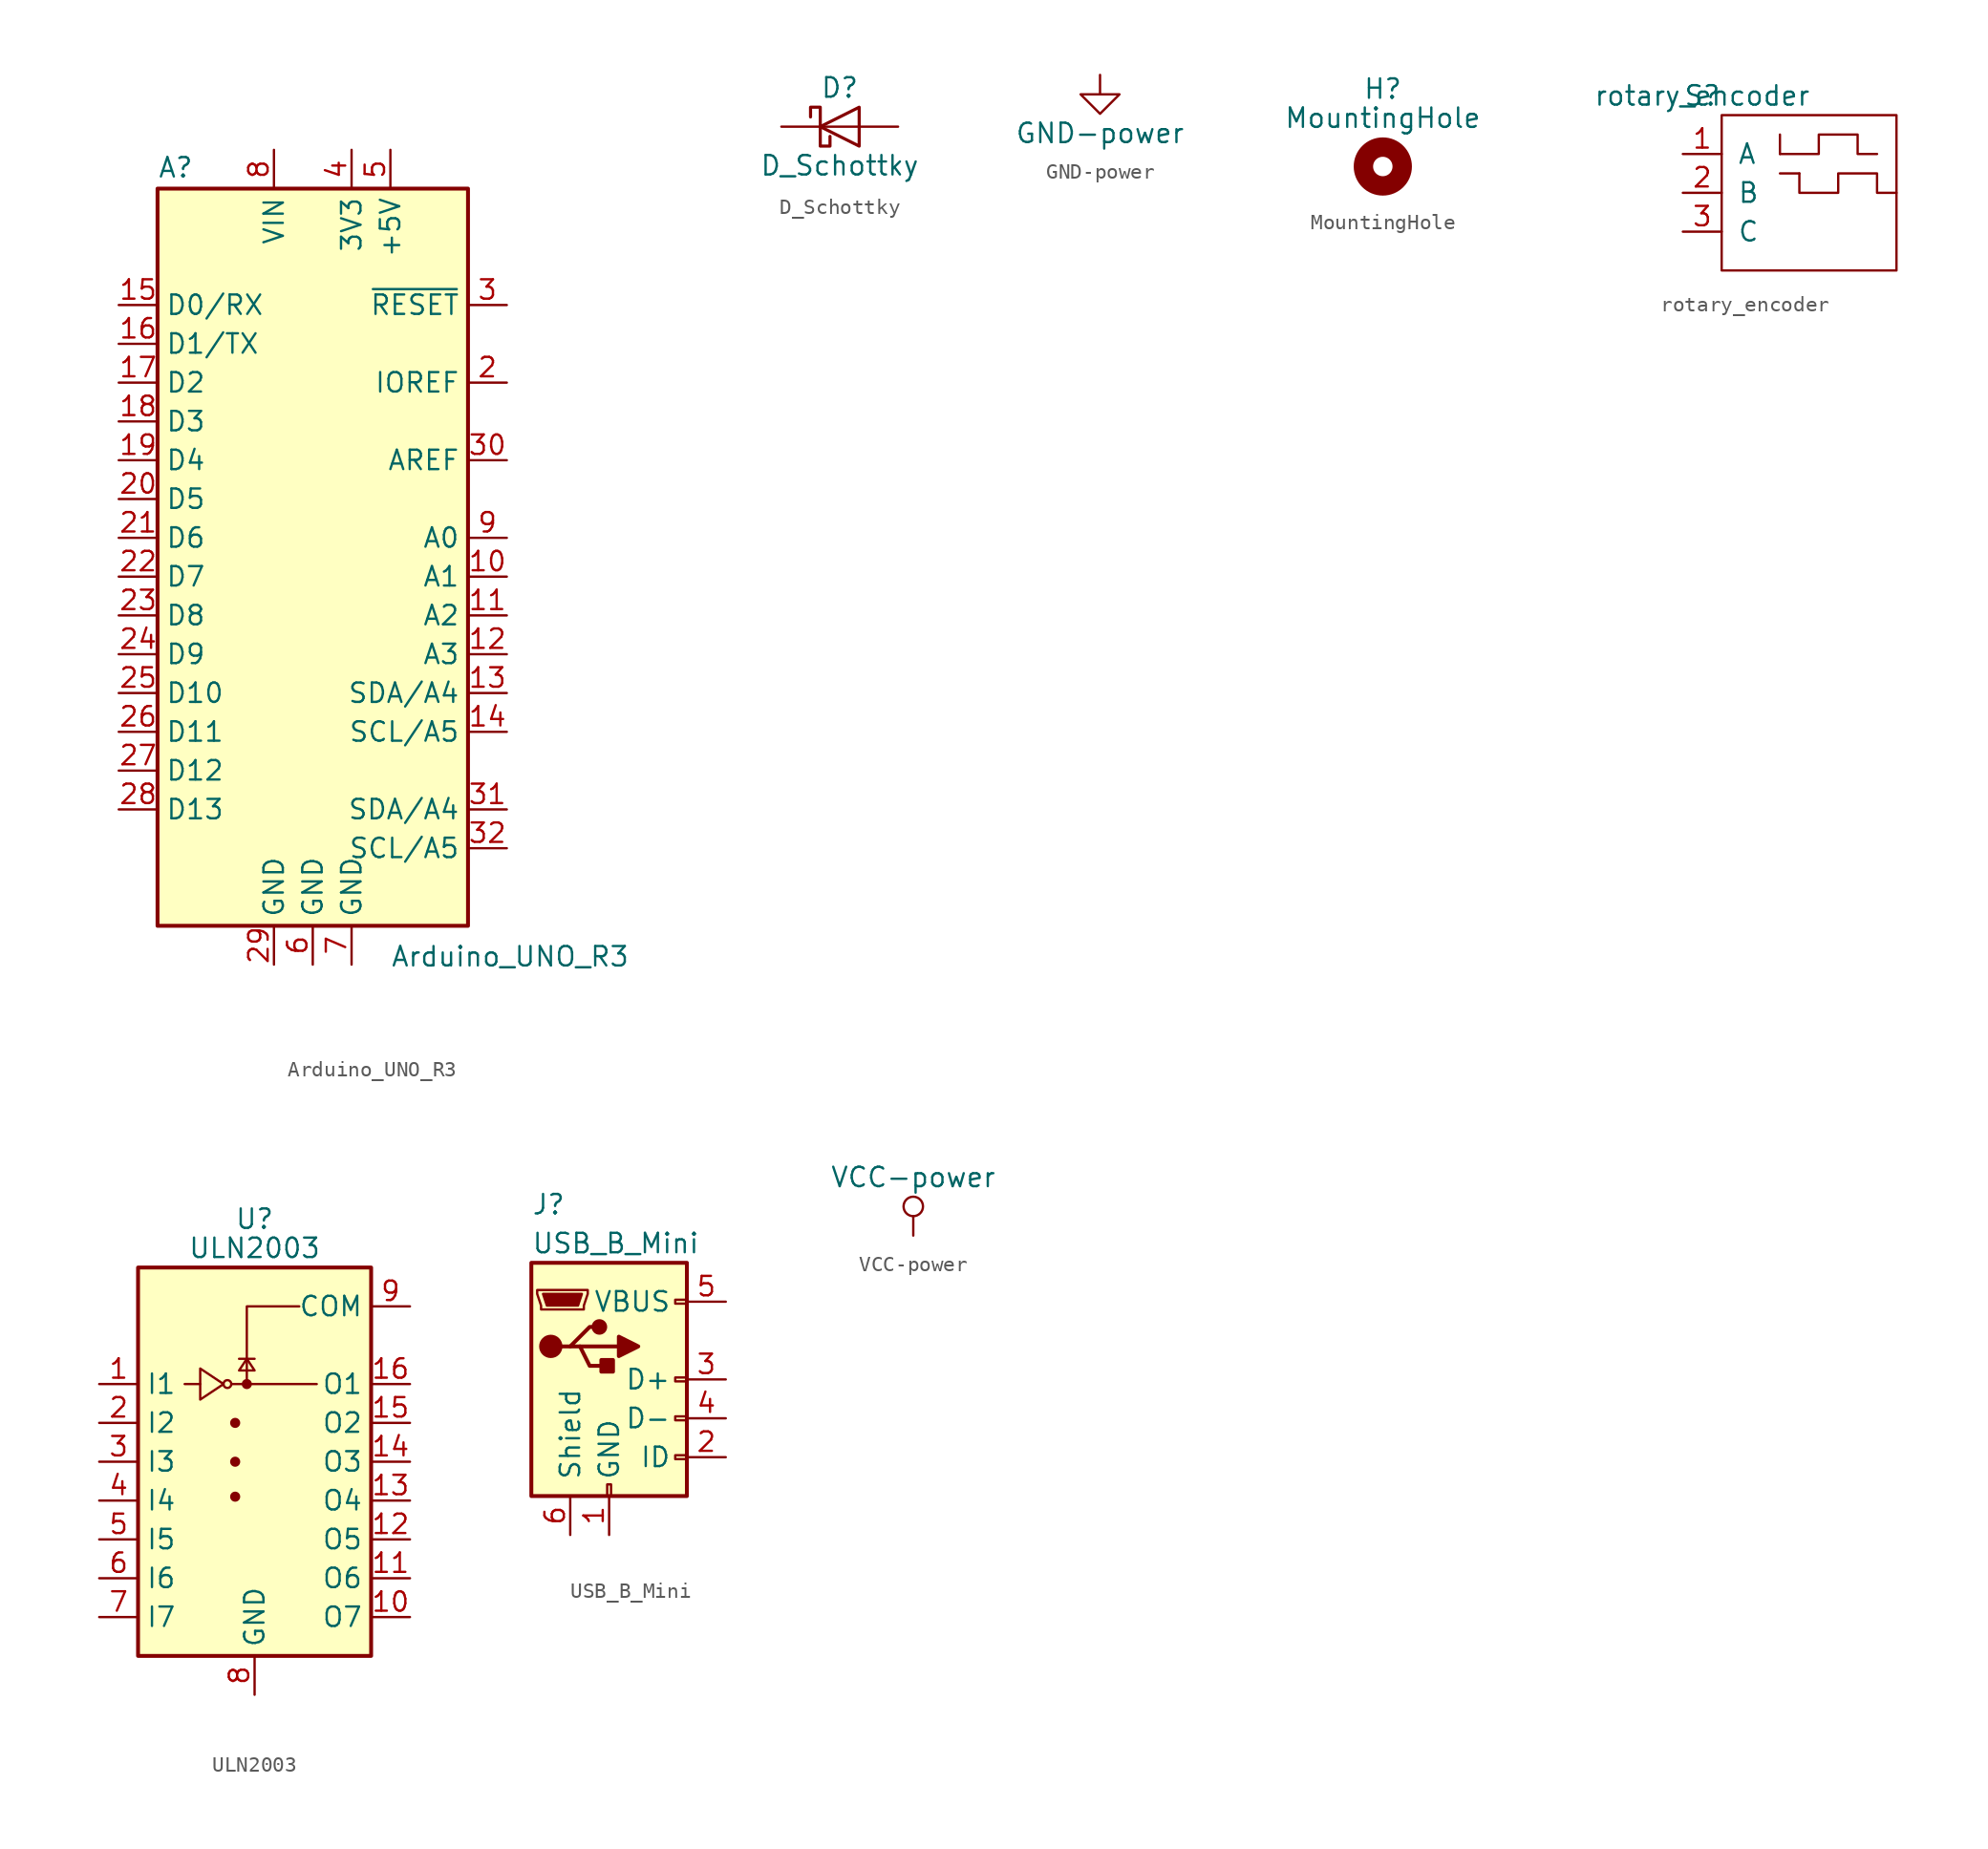
<source format=kicad_sym>
(kicad_symbol_lib
  (version 20211014)
  (generator kicad_symbol_editor)
  (symbol "Arduino_UNO_R3"
    (property "Reference" "A"
      (at -10.16 23.495 0)
      (effects (font (size 1.27 1.27)) (justify left bottom)))
    (property "Value" "Arduino_UNO_R3"
      (at 5.08 -26.67 0)
      (effects (font (size 1.27 1.27)) (justify left top)))
    (symbol "Arduino_UNO_R3_0_1"
      (rectangle (start -10.16 22.86) (end 10.16 -25.4) (stroke (width 0.254) (type default) (color 0 0 0 0)) (fill (type background))))
    (symbol "Arduino_UNO_R3_1_1"
      (pin no_connect line (at -10.16 -20.32 0) (length 2.54) hide (name "NC" (effects (font (size 1.27 1.27)))) (number "1" (effects (font (size 1.27 1.27)))))
      (pin bidirectional line (at 12.7 -2.54 180) (length 2.54) (name "A1" (effects (font (size 1.27 1.27)))) (number "10" (effects (font (size 1.27 1.27)))))
      (pin bidirectional line (at 12.7 -5.08 180) (length 2.54) (name "A2" (effects (font (size 1.27 1.27)))) (number "11" (effects (font (size 1.27 1.27)))))
      (pin bidirectional line (at 12.7 -7.62 180) (length 2.54) (name "A3" (effects (font (size 1.27 1.27)))) (number "12" (effects (font (size 1.27 1.27)))))
      (pin bidirectional line (at 12.7 -10.16 180) (length 2.54) (name "SDA/A4" (effects (font (size 1.27 1.27)))) (number "13" (effects (font (size 1.27 1.27)))))
      (pin bidirectional line (at 12.7 -12.7 180) (length 2.54) (name "SCL/A5" (effects (font (size 1.27 1.27)))) (number "14" (effects (font (size 1.27 1.27)))))
      (pin bidirectional line (at -12.7 15.24 0) (length 2.54) (name "D0/RX" (effects (font (size 1.27 1.27)))) (number "15" (effects (font (size 1.27 1.27)))))
      (pin bidirectional line (at -12.7 12.7 0) (length 2.54) (name "D1/TX" (effects (font (size 1.27 1.27)))) (number "16" (effects (font (size 1.27 1.27)))))
      (pin bidirectional line (at -12.7 10.16 0) (length 2.54) (name "D2" (effects (font (size 1.27 1.27)))) (number "17" (effects (font (size 1.27 1.27)))))
      (pin bidirectional line (at -12.7 7.62 0) (length 2.54) (name "D3" (effects (font (size 1.27 1.27)))) (number "18" (effects (font (size 1.27 1.27)))))
      (pin bidirectional line (at -12.7 5.08 0) (length 2.54) (name "D4" (effects (font (size 1.27 1.27)))) (number "19" (effects (font (size 1.27 1.27)))))
      (pin output line (at 12.7 10.16 180) (length 2.54) (name "IOREF" (effects (font (size 1.27 1.27)))) (number "2" (effects (font (size 1.27 1.27)))))
      (pin bidirectional line (at -12.7 2.54 0) (length 2.54) (name "D5" (effects (font (size 1.27 1.27)))) (number "20" (effects (font (size 1.27 1.27)))))
      (pin bidirectional line (at -12.7 0 0) (length 2.54) (name "D6" (effects (font (size 1.27 1.27)))) (number "21" (effects (font (size 1.27 1.27)))))
      (pin bidirectional line (at -12.7 -2.54 0) (length 2.54) (name "D7" (effects (font (size 1.27 1.27)))) (number "22" (effects (font (size 1.27 1.27)))))
      (pin bidirectional line (at -12.7 -5.08 0) (length 2.54) (name "D8" (effects (font (size 1.27 1.27)))) (number "23" (effects (font (size 1.27 1.27)))))
      (pin bidirectional line (at -12.7 -7.62 0) (length 2.54) (name "D9" (effects (font (size 1.27 1.27)))) (number "24" (effects (font (size 1.27 1.27)))))
      (pin bidirectional line (at -12.7 -10.16 0) (length 2.54) (name "D10" (effects (font (size 1.27 1.27)))) (number "25" (effects (font (size 1.27 1.27)))))
      (pin bidirectional line (at -12.7 -12.7 0) (length 2.54) (name "D11" (effects (font (size 1.27 1.27)))) (number "26" (effects (font (size 1.27 1.27)))))
      (pin bidirectional line (at -12.7 -15.24 0) (length 2.54) (name "D12" (effects (font (size 1.27 1.27)))) (number "27" (effects (font (size 1.27 1.27)))))
      (pin bidirectional line (at -12.7 -17.78 0) (length 2.54) (name "D13" (effects (font (size 1.27 1.27)))) (number "28" (effects (font (size 1.27 1.27)))))
      (pin power_in line (at -2.54 -27.94 90) (length 2.54) (name "GND" (effects (font (size 1.27 1.27)))) (number "29" (effects (font (size 1.27 1.27)))))
      (pin input line (at 12.7 15.24 180) (length 2.54) (name "~{RESET}" (effects (font (size 1.27 1.27)))) (number "3" (effects (font (size 1.27 1.27)))))
      (pin input line (at 12.7 5.08 180) (length 2.54) (name "AREF" (effects (font (size 1.27 1.27)))) (number "30" (effects (font (size 1.27 1.27)))))
      (pin bidirectional line (at 12.7 -17.78 180) (length 2.54) (name "SDA/A4" (effects (font (size 1.27 1.27)))) (number "31" (effects (font (size 1.27 1.27)))))
      (pin bidirectional line (at 12.7 -20.32 180) (length 2.54) (name "SCL/A5" (effects (font (size 1.27 1.27)))) (number "32" (effects (font (size 1.27 1.27)))))
      (pin power_out line (at 2.54 25.4 270) (length 2.54) (name "3V3" (effects (font (size 1.27 1.27)))) (number "4" (effects (font (size 1.27 1.27)))))
      (pin power_out line (at 5.08 25.4 270) (length 2.54) (name "+5V" (effects (font (size 1.27 1.27)))) (number "5" (effects (font (size 1.27 1.27)))))
      (pin power_in line (at 0 -27.94 90) (length 2.54) (name "GND" (effects (font (size 1.27 1.27)))) (number "6" (effects (font (size 1.27 1.27)))))
      (pin power_in line (at 2.54 -27.94 90) (length 2.54) (name "GND" (effects (font (size 1.27 1.27)))) (number "7" (effects (font (size 1.27 1.27)))))
      (pin power_in line (at -2.54 25.4 270) (length 2.54) (name "VIN" (effects (font (size 1.27 1.27)))) (number "8" (effects (font (size 1.27 1.27)))))
      (pin bidirectional line (at 12.7 0 180) (length 2.54) (name "A0" (effects (font (size 1.27 1.27)))) (number "9" (effects (font (size 1.27 1.27)))))))
  (symbol "D_Schottky"
    (pin_numbers hide)
    (pin_names
      (offset 1.016) hide)
    (property "Reference" "D"
      (at 0 2.54 0)
      (effects (font (size 1.27 1.27))))
    (property "Value" "D_Schottky"
      (at 0 -2.54 0)
      (effects (font (size 1.27 1.27))))
    (symbol "D_Schottky_0_1"
      (polyline (pts (xy 1.27 0) (xy -1.27 0)) (stroke (width 0) (type default) (color 0 0 0 0)) (fill (type none)))
      (polyline (pts (xy 1.27 1.27) (xy 1.27 -1.27) (xy -1.27 0) (xy 1.27 1.27)) (stroke (width 0.203) (type default) (color 0 0 0 0)) (fill (type none)))
      (polyline (pts (xy -1.905 0.635) (xy -1.905 1.27) (xy -1.27 1.27) (xy -1.27 -1.27) (xy -0.635 -1.27) (xy -0.635 -0.635)) (stroke (width 0.203) (type default) (color 0 0 0 0)) (fill (type none))))
    (symbol "D_Schottky_1_1"
      (pin passive line (at -3.81 0 0) (length 2.54) (name "K" (effects (font (size 1.27 1.27)))) (number "1" (effects (font (size 1.27 1.27)))))
      (pin passive line (at 3.81 0 180) (length 2.54) (name "A" (effects (font (size 1.27 1.27)))) (number "2" (effects (font (size 1.27 1.27)))))))
  (symbol "GND-power"
    (power)
    (pin_names
      (offset 0))
    (property "Reference" "#PWR"
      (at 0 -6.35 0)
      (effects (font (size 1.27 1.27)) hide))
    (property "Value" "GND-power"
      (at 0 -3.81 0)
      (effects (font (size 1.27 1.27))))
    (symbol "GND-power_0_1"
      (polyline (pts (xy 0 0) (xy 0 -1.27) (xy 1.27 -1.27) (xy 0 -2.54) (xy -1.27 -1.27) (xy 0 -1.27)) (stroke (width 0) (type default) (color 0 0 0 0)) (fill (type none))))
    (symbol "GND-power_1_1"
      (pin power_in line (at 0 0 270) (length 0) hide (name "GND" (effects (font (size 1.27 1.27)))) (number "1" (effects (font (size 1.27 1.27)))))))
  (symbol "MountingHole"
    (pin_names
      (offset 1.016))
    (property "Reference" "H"
      (at 0 5.08 0)
      (effects (font (size 1.27 1.27))))
    (property "Value" "MountingHole"
      (at 0 3.175 0)
      (effects (font (size 1.27 1.27))))
    (symbol "MountingHole_0_1"
      (circle (center 0 0) (radius 1.27) (stroke (width 1.27) (type default) (color 0 0 0 0)) (fill (type none)))))
  (symbol "rotary_encoder"
    (pin_names
      (offset 1.016))
    (property "Reference" "S"
      (at 0 0 0)
      (effects (font (size 1.27 1.27))))
    (property "Value" "rotary_encoder"
      (at 0 0 0)
      (effects (font (size 1.27 1.27))))
    (symbol "rotary_encoder_0_1"
      (polyline (pts (xy 5.08 -3.81) (xy 5.08 -2.54)) (stroke (width 0) (type default) (color 0 0 0 0)) (fill (type none)))
      (polyline (pts (xy 6.35 -5.08) (xy 5.08 -5.08)) (stroke (width 0) (type default) (color 0 0 0 0)) (fill (type none)))
      (polyline (pts (xy 5.08 -3.81) (xy 7.62 -3.81) (xy 7.62 -2.54) (xy 10.16 -2.54) (xy 10.16 -3.81) (xy 11.43 -3.81)) (stroke (width 0) (type default) (color 0 0 0 0)) (fill (type none)))
      (polyline (pts (xy 6.35 -5.08) (xy 6.35 -6.35) (xy 8.89 -6.35) (xy 8.89 -5.08) (xy 11.43 -5.08) (xy 11.43 -6.35) (xy 12.7 -6.35)) (stroke (width 0) (type default) (color 0 0 0 0)) (fill (type none)))
      (rectangle (start 1.27 -1.27) (end 12.7 -11.43) (stroke (width 0) (type default) (color 0 0 0 0)) (fill (type none))))
    (symbol "rotary_encoder_1_1"
      (pin input line (at -1.27 -3.81 0) (length 2.54) (name "A" (effects (font (size 1.27 1.27)))) (number "1" (effects (font (size 1.27 1.27)))))
      (pin input line (at -1.27 -6.35 0) (length 2.54) (name "B" (effects (font (size 1.27 1.27)))) (number "2" (effects (font (size 1.27 1.27)))))
      (pin input line (at -1.27 -8.89 0) (length 2.54) (name "C" (effects (font (size 1.27 1.27)))) (number "3" (effects (font (size 1.27 1.27)))))))
  (symbol "ULN2003"
    (property "Reference" "U"
      (at 0 15.875 0)
      (effects (font (size 1.27 1.27))))
    (property "Value" "ULN2003"
      (at 0 13.97 0)
      (effects (font (size 1.27 1.27))))
    (symbol "ULN2003_0_1"
      (rectangle (start -7.62 -12.7) (end 7.62 12.7) (stroke (width 0.254) (type default) (color 0 0 0 0)) (fill (type background)))
      (circle (center -1.778 5.08) (radius 0.254) (stroke (width 0) (type default) (color 0 0 0 0)) (fill (type none)))
      (circle (center -1.27 -2.286) (radius 0.254) (stroke (width 0) (type default) (color 0 0 0 0)) (fill (type outline)))
      (circle (center -1.27 0) (radius 0.254) (stroke (width 0) (type default) (color 0 0 0 0)) (fill (type outline)))
      (circle (center -1.27 2.54) (radius 0.254) (stroke (width 0) (type default) (color 0 0 0 0)) (fill (type outline)))
      (circle (center -0.508 5.08) (radius 0.254) (stroke (width 0) (type default) (color 0 0 0 0)) (fill (type outline)))
      (polyline (pts (xy -4.572 5.08) (xy -3.556 5.08)) (stroke (width 0) (type default) (color 0 0 0 0)) (fill (type none)))
      (polyline (pts (xy -1.524 5.08) (xy 4.064 5.08)) (stroke (width 0) (type default) (color 0 0 0 0)) (fill (type none)))
      (polyline (pts (xy 0 6.731) (xy -1.016 6.731)) (stroke (width 0) (type default) (color 0 0 0 0)) (fill (type none)))
      (polyline (pts (xy -0.508 5.08) (xy -0.508 10.16) (xy 2.921 10.16)) (stroke (width 0) (type default) (color 0 0 0 0)) (fill (type none)))
      (polyline (pts (xy -3.556 6.096) (xy -3.556 4.064) (xy -2.032 5.08) (xy -3.556 6.096)) (stroke (width 0) (type default) (color 0 0 0 0)) (fill (type none)))
      (polyline (pts (xy 0 5.969) (xy -1.016 5.969) (xy -0.508 6.731) (xy 0 5.969)) (stroke (width 0) (type default) (color 0 0 0 0)) (fill (type none))))
    (symbol "ULN2003_1_1"
      (pin input line (at -10.16 5.08 0) (length 2.54) (name "I1" (effects (font (size 1.27 1.27)))) (number "1" (effects (font (size 1.27 1.27)))))
      (pin open_collector line (at 10.16 -10.16 180) (length 2.54) (name "O7" (effects (font (size 1.27 1.27)))) (number "10" (effects (font (size 1.27 1.27)))))
      (pin open_collector line (at 10.16 -7.62 180) (length 2.54) (name "O6" (effects (font (size 1.27 1.27)))) (number "11" (effects (font (size 1.27 1.27)))))
      (pin open_collector line (at 10.16 -5.08 180) (length 2.54) (name "O5" (effects (font (size 1.27 1.27)))) (number "12" (effects (font (size 1.27 1.27)))))
      (pin open_collector line (at 10.16 -2.54 180) (length 2.54) (name "O4" (effects (font (size 1.27 1.27)))) (number "13" (effects (font (size 1.27 1.27)))))
      (pin open_collector line (at 10.16 0 180) (length 2.54) (name "O3" (effects (font (size 1.27 1.27)))) (number "14" (effects (font (size 1.27 1.27)))))
      (pin open_collector line (at 10.16 2.54 180) (length 2.54) (name "O2" (effects (font (size 1.27 1.27)))) (number "15" (effects (font (size 1.27 1.27)))))
      (pin open_collector line (at 10.16 5.08 180) (length 2.54) (name "O1" (effects (font (size 1.27 1.27)))) (number "16" (effects (font (size 1.27 1.27)))))
      (pin input line (at -10.16 2.54 0) (length 2.54) (name "I2" (effects (font (size 1.27 1.27)))) (number "2" (effects (font (size 1.27 1.27)))))
      (pin input line (at -10.16 0 0) (length 2.54) (name "I3" (effects (font (size 1.27 1.27)))) (number "3" (effects (font (size 1.27 1.27)))))
      (pin input line (at -10.16 -2.54 0) (length 2.54) (name "I4" (effects (font (size 1.27 1.27)))) (number "4" (effects (font (size 1.27 1.27)))))
      (pin input line (at -10.16 -5.08 0) (length 2.54) (name "I5" (effects (font (size 1.27 1.27)))) (number "5" (effects (font (size 1.27 1.27)))))
      (pin input line (at -10.16 -7.62 0) (length 2.54) (name "I6" (effects (font (size 1.27 1.27)))) (number "6" (effects (font (size 1.27 1.27)))))
      (pin input line (at -10.16 -10.16 0) (length 2.54) (name "I7" (effects (font (size 1.27 1.27)))) (number "7" (effects (font (size 1.27 1.27)))))
      (pin power_in line (at 0 -15.24 90) (length 2.54) (name "GND" (effects (font (size 1.27 1.27)))) (number "8" (effects (font (size 1.27 1.27)))))
      (pin passive line (at 10.16 10.16 180) (length 2.54) (name "COM" (effects (font (size 1.27 1.27)))) (number "9" (effects (font (size 1.27 1.27)))))))
  (symbol "USB_B_Mini"
    (pin_names
      (offset 1.016))
    (property "Reference" "J"
      (at -5.08 11.43 0)
      (effects (font (size 1.27 1.27)) (justify left)))
    (property "Value" "USB_B_Mini"
      (at -5.08 8.89 0)
      (effects (font (size 1.27 1.27)) (justify left)))
    (symbol "USB_B_Mini_0_1"
      (rectangle (start -5.08 -7.62) (end 5.08 7.62) (stroke (width 0.254) (type default) (color 0 0 0 0)) (fill (type background)))
      (circle (center -3.81 2.159) (radius 0.635) (stroke (width 0.254) (type default) (color 0 0 0 0)) (fill (type outline)))
      (circle (center -0.635 3.429) (radius 0.381) (stroke (width 0.254) (type default) (color 0 0 0 0)) (fill (type outline)))
      (rectangle (start -0.127 -7.62) (end 0.127 -6.858) (stroke (width 0) (type default) (color 0 0 0 0)) (fill (type none)))
      (polyline (pts (xy -1.905 2.159) (xy 0.635 2.159)) (stroke (width 0.254) (type default) (color 0 0 0 0)) (fill (type none)))
      (polyline (pts (xy -3.175 2.159) (xy -2.54 2.159) (xy -1.27 3.429) (xy -0.635 3.429)) (stroke (width 0.254) (type default) (color 0 0 0 0)) (fill (type none)))
      (polyline (pts (xy -2.54 2.159) (xy -1.905 2.159) (xy -1.27 0.889) (xy 0 0.889)) (stroke (width 0.254) (type default) (color 0 0 0 0)) (fill (type none)))
      (polyline (pts (xy 0.635 2.794) (xy 0.635 1.524) (xy 1.905 2.159) (xy 0.635 2.794)) (stroke (width 0.254) (type default) (color 0 0 0 0)) (fill (type outline)))
      (polyline (pts (xy -4.318 5.588) (xy -1.778 5.588) (xy -2.032 4.826) (xy -4.064 4.826) (xy -4.318 5.588)) (stroke (width 0) (type default) (color 0 0 0 0)) (fill (type outline)))
      (polyline (pts (xy -4.699 5.842) (xy -4.699 5.588) (xy -4.445 4.826) (xy -4.445 4.572) (xy -1.651 4.572) (xy -1.651 4.826) (xy -1.397 5.588) (xy -1.397 5.842) (xy -4.699 5.842)) (stroke (width 0) (type default) (color 0 0 0 0)) (fill (type none)))
      (rectangle (start 0.254 1.27) (end -0.508 0.508) (stroke (width 0.254) (type default) (color 0 0 0 0)) (fill (type outline)))
      (rectangle (start 5.08 -5.207) (end 4.318 -4.953) (stroke (width 0) (type default) (color 0 0 0 0)) (fill (type none)))
      (rectangle (start 5.08 -2.667) (end 4.318 -2.413) (stroke (width 0) (type default) (color 0 0 0 0)) (fill (type none)))
      (rectangle (start 5.08 -0.127) (end 4.318 0.127) (stroke (width 0) (type default) (color 0 0 0 0)) (fill (type none)))
      (rectangle (start 5.08 4.953) (end 4.318 5.207) (stroke (width 0) (type default) (color 0 0 0 0)) (fill (type none))))
    (symbol "USB_B_Mini_1_1"
      (pin power_out line (at 0 -10.16 90) (length 2.54) (name "GND" (effects (font (size 1.27 1.27)))) (number "1" (effects (font (size 1.27 1.27)))))
      (pin passive line (at 7.62 -5.08 180) (length 2.54) (name "ID" (effects (font (size 1.27 1.27)))) (number "2" (effects (font (size 1.27 1.27)))))
      (pin passive line (at 7.62 0 180) (length 2.54) (name "D+" (effects (font (size 1.27 1.27)))) (number "3" (effects (font (size 1.27 1.27)))))
      (pin passive line (at 7.62 -2.54 180) (length 2.54) (name "D-" (effects (font (size 1.27 1.27)))) (number "4" (effects (font (size 1.27 1.27)))))
      (pin power_out line (at 7.62 5.08 180) (length 2.54) (name "VBUS" (effects (font (size 1.27 1.27)))) (number "5" (effects (font (size 1.27 1.27)))))
      (pin passive line (at -2.54 -10.16 90) (length 2.54) (name "Shield" (effects (font (size 1.27 1.27)))) (number "6" (effects (font (size 1.27 1.27)))))))
  (symbol "VCC-power"
    (power)
    (pin_names
      (offset 0))
    (property "Reference" "#PWR"
      (at 0 -3.81 0)
      (effects (font (size 1.27 1.27)) hide))
    (property "Value" "VCC-power"
      (at 0 3.81 0)
      (effects (font (size 1.27 1.27))))
    (symbol "VCC-power_0_1"
      (polyline (pts (xy 0 0) (xy 0 1.27)) (stroke (width 0) (type default) (color 0 0 0 0)) (fill (type none)))
      (circle (center 0 1.905) (radius 0.635) (stroke (width 0) (type default) (color 0 0 0 0)) (fill (type none))))
    (symbol "VCC-power_1_1"
      (pin power_in line (at 0 0 90) (length 0) hide (name "VCC" (effects (font (size 1.27 1.27)))) (number "1" (effects (font (size 1.27 1.27))))))))
</source>
